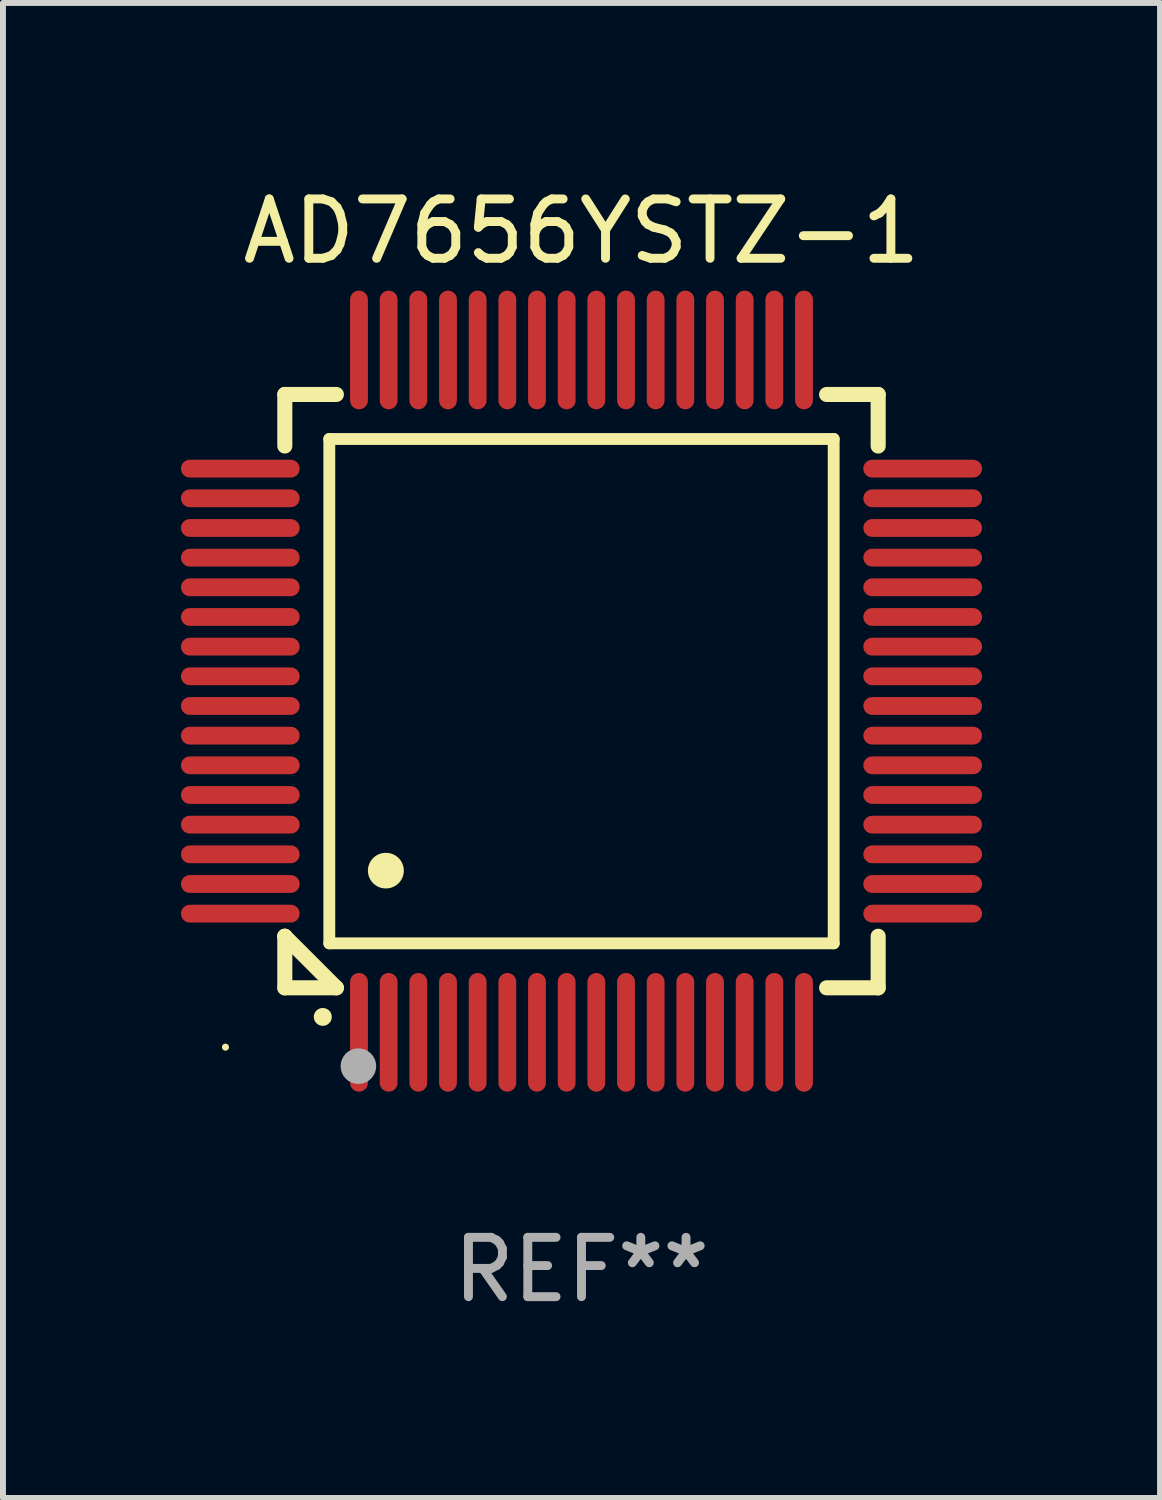
<source format=kicad_pcb>
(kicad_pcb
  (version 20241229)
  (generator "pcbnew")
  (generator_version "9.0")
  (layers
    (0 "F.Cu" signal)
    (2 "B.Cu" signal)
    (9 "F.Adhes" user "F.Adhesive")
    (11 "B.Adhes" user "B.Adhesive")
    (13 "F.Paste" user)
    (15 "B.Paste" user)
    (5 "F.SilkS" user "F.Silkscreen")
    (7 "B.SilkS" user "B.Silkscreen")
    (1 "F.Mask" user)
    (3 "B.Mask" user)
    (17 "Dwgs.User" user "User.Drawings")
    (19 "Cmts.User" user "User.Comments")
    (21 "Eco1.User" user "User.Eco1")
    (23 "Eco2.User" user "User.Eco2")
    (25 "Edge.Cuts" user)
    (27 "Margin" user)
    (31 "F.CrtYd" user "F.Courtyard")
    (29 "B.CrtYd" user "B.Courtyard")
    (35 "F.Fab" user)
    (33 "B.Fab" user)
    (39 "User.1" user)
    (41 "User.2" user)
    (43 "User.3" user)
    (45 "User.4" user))
  (footprint "AD7656YSTZ-1"
    (layer "F.Cu")
    (at 6.75 8.598)
    (property "Reference" "AD7656YSTZ-1" (at 0 -7.75 0) (layer "F.SilkS") (effects (font (size 1 1) (thickness 0.15))))
    (attr through_hole)
    (fp_line (start -5 -5) (end -4.131 -5) (stroke (width 0.254) (type solid)) (layer "F.SilkS"))
    (fp_line (start -5 -4.131) (end -5 -5) (stroke (width 0.254) (type solid)) (layer "F.SilkS"))
    (fp_line (start -5 4.131) (end -5 4.131) (stroke (width 0.254) (type solid)) (layer "F.SilkS"))
    (fp_line (start -5 5) (end -5 4.131) (stroke (width 0.254) (type solid)) (layer "F.SilkS"))
    (fp_line (start -5 4.131) (end -4.131 5) (stroke (width 0.254) (type solid)) (layer "F.SilkS"))
    (fp_line (start -4.25 -4.25) (end -4.25 4.25) (stroke (width 0.2) (type solid)) (layer "F.SilkS"))
    (fp_line (start -4.25 4.25) (end 4.25 4.25) (stroke (width 0.2) (type solid)) (layer "F.SilkS"))
    (fp_line (start -4.131 5) (end -5 5) (stroke (width 0.254) (type solid)) (layer "F.SilkS"))
    (fp_line (start 4.25 -4.25) (end -4.25 -4.25) (stroke (width 0.2) (type solid)) (layer "F.SilkS"))
    (fp_line (start 4.25 4.25) (end 4.25 -4.25) (stroke (width 0.2) (type solid)) (layer "F.SilkS"))
    (fp_line (start 5 -5) (end 4.131 -5) (stroke (width 0.254) (type solid)) (layer "F.SilkS"))
    (fp_line (start 5 -5) (end 5 -4.131) (stroke (width 0.254) (type solid)) (layer "F.SilkS"))
    (fp_line (start 5 4.131) (end 5 5) (stroke (width 0.254) (type solid)) (layer "F.SilkS"))
    (fp_line (start 5 5) (end 4.131 5) (stroke (width 0.254) (type solid)) (layer "F.SilkS"))
    (fp_arc (start -4.361265 5.489992) (mid -4.359995 5.489987) (end -4.358725 5.489992) (stroke (width 0.3) (type solid)) (layer "F.SilkS"))
    (fp_arc (start -3.299467 3.025146) (mid -3.296927 3.025135) (end -3.294387 3.025146) (stroke (width 0.6) (type solid)) (layer "F.SilkS"))
    (fp_circle (center -6 6) (end -5.97 6) (stroke (width 0.06) (type solid)) (fill no) (layer "F.SilkS"))
    (fp_circle (center -3.76 6.32) (end -3.61 6.32) (stroke (width 0.3) (type solid)) (fill no) (layer "F.Fab"))
    (fp_text user "REF**" (at 0 9.75 0) (layer "F.Fab") (effects (font (size 1 1) (thickness 0.15))))
    (pad "1" smd oval (at -3.75 5.75) (size 0.3 2) (layers "F.Cu" "F.Mask" "F.Paste"))
    (pad "2" smd oval (at -3.25 5.75) (size 0.3 2) (layers "F.Cu" "F.Mask" "F.Paste"))
    (pad "3" smd oval (at -2.75 5.75) (size 0.3 2) (layers "F.Cu" "F.Mask" "F.Paste"))
    (pad "4" smd oval (at -2.25 5.75) (size 0.3 2) (layers "F.Cu" "F.Mask" "F.Paste"))
    (pad "5" smd oval (at -1.75 5.75) (size 0.3 2) (layers "F.Cu" "F.Mask" "F.Paste"))
    (pad "6" smd oval (at -1.25 5.75) (size 0.3 2) (layers "F.Cu" "F.Mask" "F.Paste"))
    (pad "7" smd oval (at -0.75 5.75) (size 0.3 2) (layers "F.Cu" "F.Mask" "F.Paste"))
    (pad "8" smd oval (at -0.25 5.75) (size 0.3 2) (layers "F.Cu" "F.Mask" "F.Paste"))
    (pad "9" smd oval (at 0.25 5.75) (size 0.3 2) (layers "F.Cu" "F.Mask" "F.Paste"))
    (pad "10" smd oval (at 0.75 5.75) (size 0.3 2) (layers "F.Cu" "F.Mask" "F.Paste"))
    (pad "11" smd oval (at 1.25 5.75) (size 0.3 2) (layers "F.Cu" "F.Mask" "F.Paste"))
    (pad "12" smd oval (at 1.75 5.75) (size 0.3 2) (layers "F.Cu" "F.Mask" "F.Paste"))
    (pad "13" smd oval (at 2.25 5.75) (size 0.3 2) (layers "F.Cu" "F.Mask" "F.Paste"))
    (pad "14" smd oval (at 2.75 5.75) (size 0.3 2) (layers "F.Cu" "F.Mask" "F.Paste"))
    (pad "15" smd oval (at 3.25 5.75) (size 0.3 2) (layers "F.Cu" "F.Mask" "F.Paste"))
    (pad "16" smd oval (at 3.75 5.75) (size 0.3 2) (layers "F.Cu" "F.Mask" "F.Paste"))
    (pad "17" smd oval (at 5.75 3.75) (size 2 0.3) (layers "F.Cu" "F.Mask" "F.Paste"))
    (pad "18" smd oval (at 5.75 3.25) (size 2 0.3) (layers "F.Cu" "F.Mask" "F.Paste"))
    (pad "19" smd oval (at 5.75 2.75) (size 2 0.3) (layers "F.Cu" "F.Mask" "F.Paste"))
    (pad "20" smd oval (at 5.75 2.25) (size 2 0.3) (layers "F.Cu" "F.Mask" "F.Paste"))
    (pad "21" smd oval (at 5.75 1.75) (size 2 0.3) (layers "F.Cu" "F.Mask" "F.Paste"))
    (pad "22" smd oval (at 5.75 1.25) (size 2 0.3) (layers "F.Cu" "F.Mask" "F.Paste"))
    (pad "23" smd oval (at 5.75 0.75) (size 2 0.3) (layers "F.Cu" "F.Mask" "F.Paste"))
    (pad "24" smd oval (at 5.75 0.25) (size 2 0.3) (layers "F.Cu" "F.Mask" "F.Paste"))
    (pad "25" smd oval (at 5.75 -0.25) (size 2 0.3) (layers "F.Cu" "F.Mask" "F.Paste"))
    (pad "26" smd oval (at 5.75 -0.75) (size 2 0.3) (layers "F.Cu" "F.Mask" "F.Paste"))
    (pad "27" smd oval (at 5.75 -1.25) (size 2 0.3) (layers "F.Cu" "F.Mask" "F.Paste"))
    (pad "28" smd oval (at 5.75 -1.75) (size 2 0.3) (layers "F.Cu" "F.Mask" "F.Paste"))
    (pad "29" smd oval (at 5.75 -2.25) (size 2 0.3) (layers "F.Cu" "F.Mask" "F.Paste"))
    (pad "30" smd oval (at 5.75 -2.75) (size 2 0.3) (layers "F.Cu" "F.Mask" "F.Paste"))
    (pad "31" smd oval (at 5.75 -3.25) (size 2 0.3) (layers "F.Cu" "F.Mask" "F.Paste"))
    (pad "32" smd oval (at 5.75 -3.75) (size 2 0.3) (layers "F.Cu" "F.Mask" "F.Paste"))
    (pad "33" smd oval (at 3.75 -5.75) (size 0.3 2) (layers "F.Cu" "F.Mask" "F.Paste"))
    (pad "34" smd oval (at 3.25 -5.75) (size 0.3 2) (layers "F.Cu" "F.Mask" "F.Paste"))
    (pad "35" smd oval (at 2.75 -5.75) (size 0.3 2) (layers "F.Cu" "F.Mask" "F.Paste"))
    (pad "36" smd oval (at 2.25 -5.75) (size 0.3 2) (layers "F.Cu" "F.Mask" "F.Paste"))
    (pad "37" smd oval (at 1.75 -5.75) (size 0.3 2) (layers "F.Cu" "F.Mask" "F.Paste"))
    (pad "38" smd oval (at 1.25 -5.75) (size 0.3 2) (layers "F.Cu" "F.Mask" "F.Paste"))
    (pad "39" smd oval (at 0.75 -5.75) (size 0.3 2) (layers "F.Cu" "F.Mask" "F.Paste"))
    (pad "40" smd oval (at 0.25 -5.75) (size 0.3 2) (layers "F.Cu" "F.Mask" "F.Paste"))
    (pad "41" smd oval (at -0.25 -5.75) (size 0.3 2) (layers "F.Cu" "F.Mask" "F.Paste"))
    (pad "42" smd oval (at -0.75 -5.75) (size 0.3 2) (layers "F.Cu" "F.Mask" "F.Paste"))
    (pad "43" smd oval (at -1.25 -5.75) (size 0.3 2) (layers "F.Cu" "F.Mask" "F.Paste"))
    (pad "44" smd oval (at -1.75 -5.75) (size 0.3 2) (layers "F.Cu" "F.Mask" "F.Paste"))
    (pad "45" smd oval (at -2.25 -5.75) (size 0.3 2) (layers "F.Cu" "F.Mask" "F.Paste"))
    (pad "46" smd oval (at -2.75 -5.75) (size 0.3 2) (layers "F.Cu" "F.Mask" "F.Paste"))
    (pad "47" smd oval (at -3.25 -5.75) (size 0.3 2) (layers "F.Cu" "F.Mask" "F.Paste"))
    (pad "48" smd oval (at -3.75 -5.75) (size 0.3 2) (layers "F.Cu" "F.Mask" "F.Paste"))
    (pad "49" smd oval (at -5.75 -3.75) (size 2 0.3) (layers "F.Cu" "F.Mask" "F.Paste"))
    (pad "50" smd oval (at -5.75 -3.25) (size 2 0.3) (layers "F.Cu" "F.Mask" "F.Paste"))
    (pad "51" smd oval (at -5.75 -2.75) (size 2 0.3) (layers "F.Cu" "F.Mask" "F.Paste"))
    (pad "52" smd oval (at -5.75 -2.25) (size 2 0.3) (layers "F.Cu" "F.Mask" "F.Paste"))
    (pad "53" smd oval (at -5.75 -1.75) (size 2 0.3) (layers "F.Cu" "F.Mask" "F.Paste"))
    (pad "54" smd oval (at -5.75 -1.25) (size 2 0.3) (layers "F.Cu" "F.Mask" "F.Paste"))
    (pad "55" smd oval (at -5.75 -0.75) (size 2 0.3) (layers "F.Cu" "F.Mask" "F.Paste"))
    (pad "56" smd oval (at -5.75 -0.25) (size 2 0.3) (layers "F.Cu" "F.Mask" "F.Paste"))
    (pad "57" smd oval (at -5.75 0.25) (size 2 0.3) (layers "F.Cu" "F.Mask" "F.Paste"))
    (pad "58" smd oval (at -5.75 0.75) (size 2 0.3) (layers "F.Cu" "F.Mask" "F.Paste"))
    (pad "59" smd oval (at -5.75 1.25) (size 2 0.3) (layers "F.Cu" "F.Mask" "F.Paste"))
    (pad "60" smd oval (at -5.75 1.75) (size 2 0.3) (layers "F.Cu" "F.Mask" "F.Paste"))
    (pad "61" smd oval (at -5.75 2.25) (size 2 0.3) (layers "F.Cu" "F.Mask" "F.Paste"))
    (pad "62" smd oval (at -5.75 2.75) (size 2 0.3) (layers "F.Cu" "F.Mask" "F.Paste"))
    (pad "63" smd oval (at -5.75 3.25) (size 2 0.3) (layers "F.Cu" "F.Mask" "F.Paste"))
    (pad "64" smd oval (at -5.75 3.75) (size 2 0.3) (layers "F.Cu" "F.Mask" "F.Paste")))
  (gr_rect
    (start -3 -3)
    (end 16.5 22.196)
    (stroke (width 0.1) (type default))
    (fill no)
    (layer "Edge.Cuts")))
</source>
